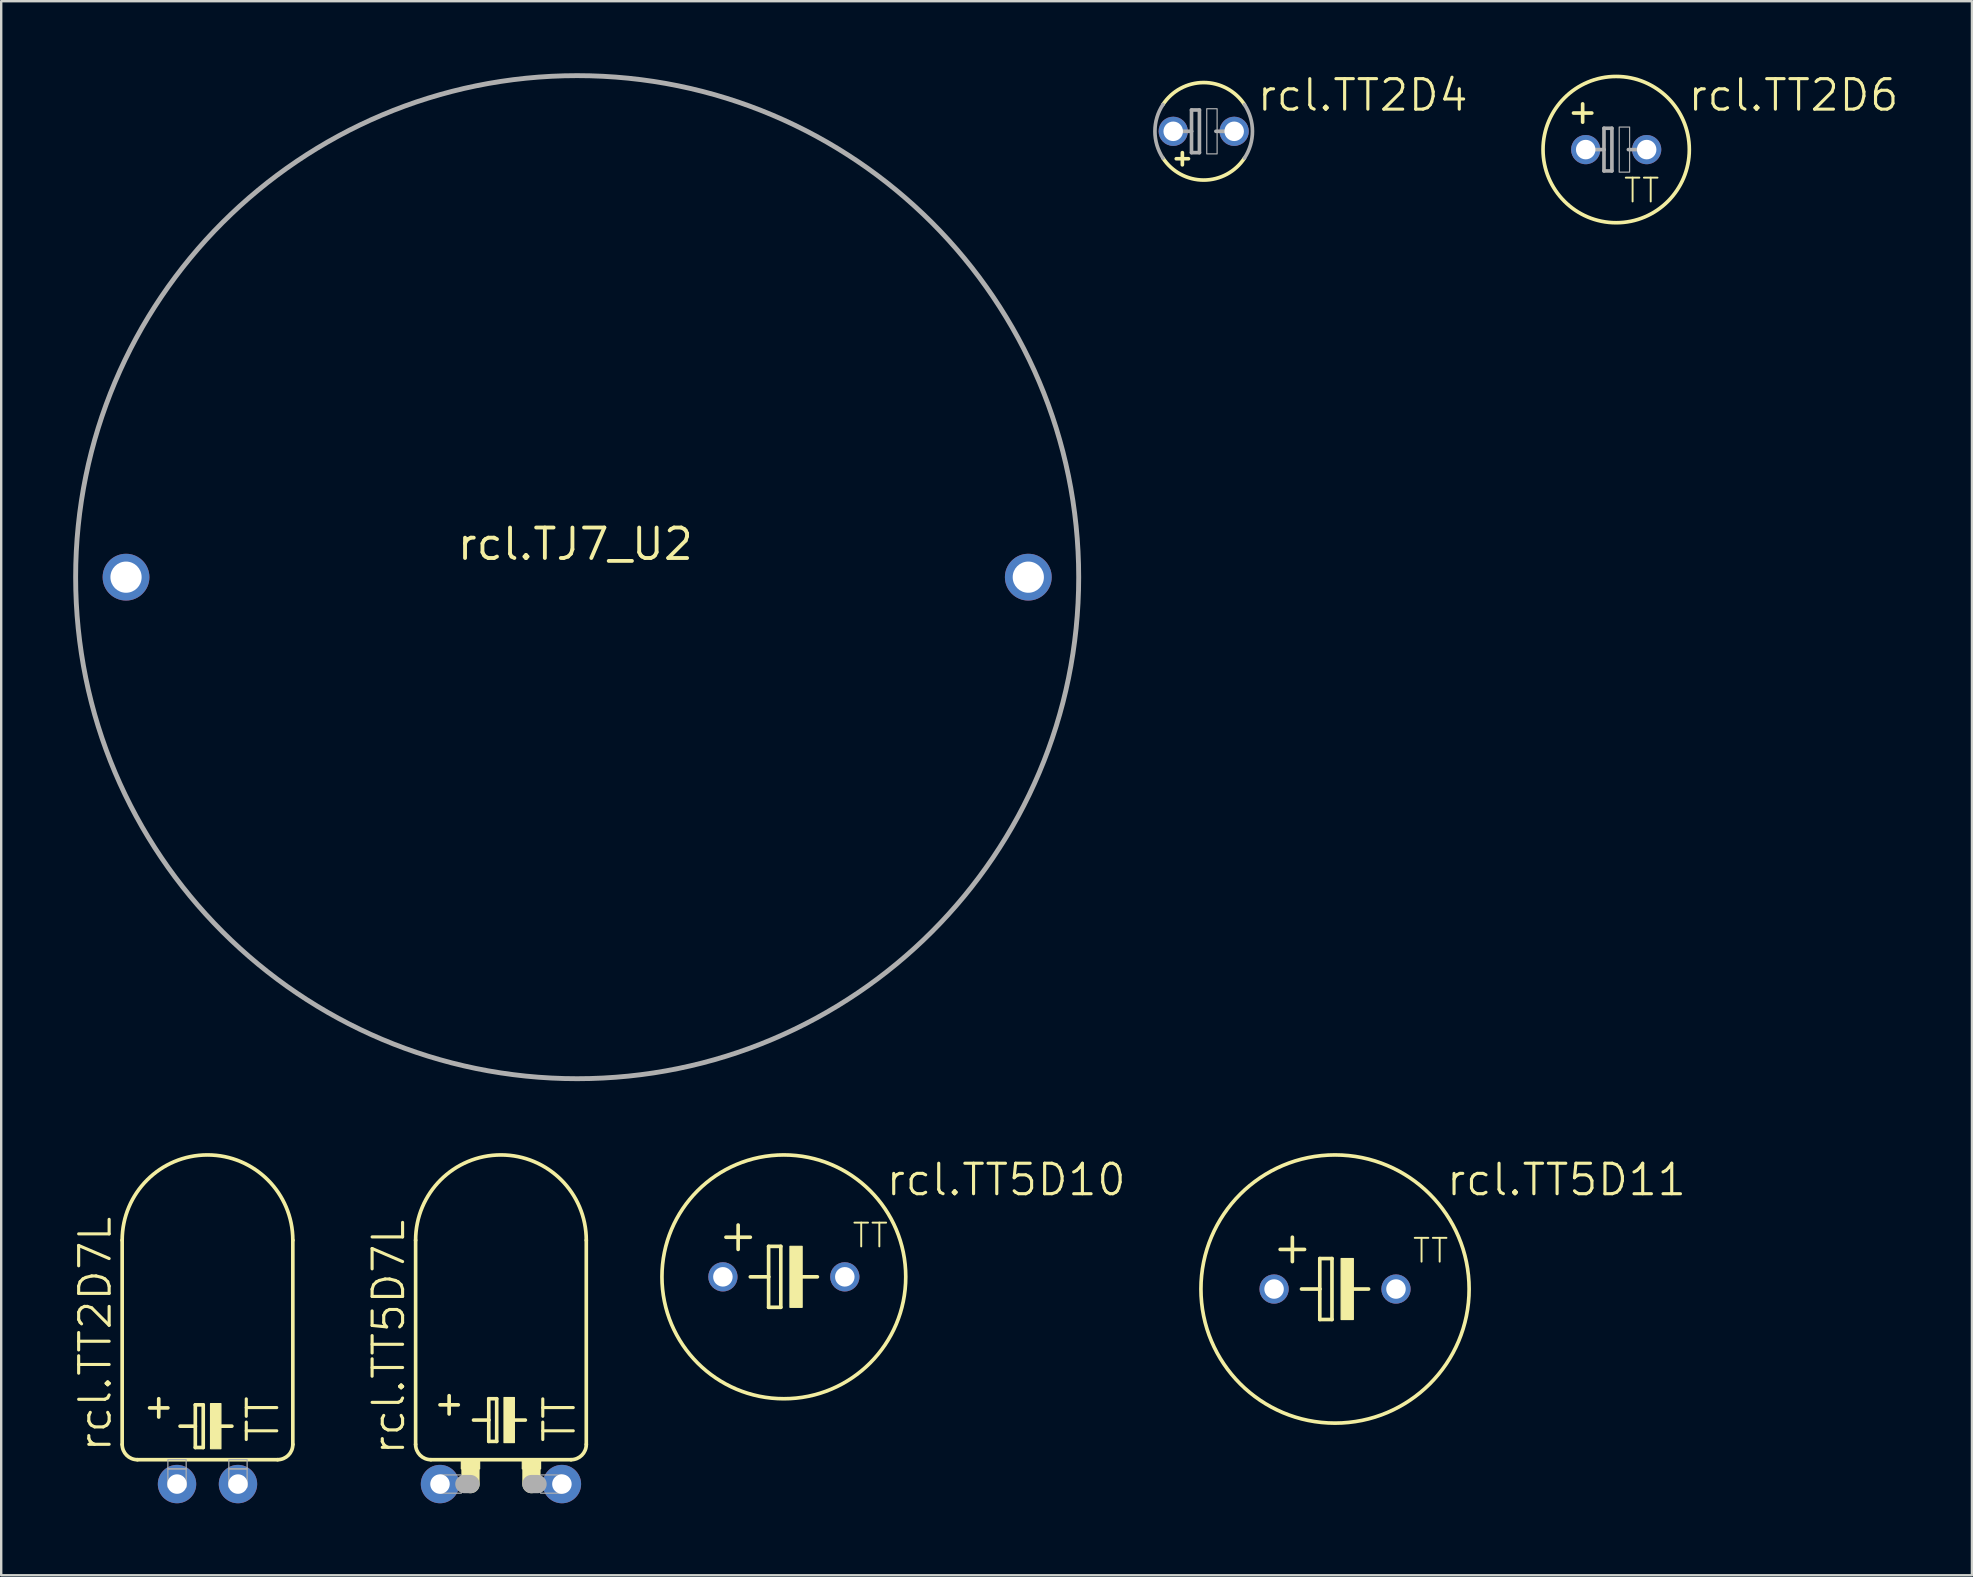
<source format=kicad_pcb>
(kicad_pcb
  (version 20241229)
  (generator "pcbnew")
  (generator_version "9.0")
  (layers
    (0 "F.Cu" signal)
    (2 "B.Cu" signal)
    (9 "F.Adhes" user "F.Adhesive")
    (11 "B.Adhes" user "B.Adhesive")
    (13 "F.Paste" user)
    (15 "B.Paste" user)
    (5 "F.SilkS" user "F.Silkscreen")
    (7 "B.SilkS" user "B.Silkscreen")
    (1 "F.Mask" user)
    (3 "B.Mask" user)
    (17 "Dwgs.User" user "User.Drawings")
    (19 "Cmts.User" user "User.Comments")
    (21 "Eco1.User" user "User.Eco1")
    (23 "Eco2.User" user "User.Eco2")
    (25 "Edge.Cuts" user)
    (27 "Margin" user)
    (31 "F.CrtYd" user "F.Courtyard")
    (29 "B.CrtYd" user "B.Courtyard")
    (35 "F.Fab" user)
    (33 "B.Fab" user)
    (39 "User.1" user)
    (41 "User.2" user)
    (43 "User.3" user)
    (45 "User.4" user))
  (footprint "rcl.TT2D4"
    (layer "F.Cu")
    (at 47.111 2.422)
    (property "Reference" "rcl.TT2D4" (at 2.159 -0.762 0) (layer "F.SilkS") (effects (font (size 1.27 1.27) (thickness 0.13)) (justify left bottom)))
    (attr through_hole)
    (fp_line (start -0.889 1.397) (end -0.889 0.889) (stroke (width 0.152) (type default)) (layer "F.SilkS"))
    (fp_line (start -0.635 1.143) (end -1.143 1.143) (stroke (width 0.152) (type default)) (layer "F.SilkS"))
    (fp_arc (start -1.6985 -1.1153) (mid 0 -2.031944) (end 1.6985 -1.1153) (stroke (width 0.1524) (type default)) (layer "F.SilkS"))
    (fp_arc (start 1.6985 1.1153) (mid 0 2.031944) (end -1.6985 1.1153) (stroke (width 0.1524) (type default)) (layer "F.SilkS"))
    (fp_line (start -1.016 0) (end -0.508 0) (stroke (width 0.152) (type default)) (layer "F.Fab"))
    (fp_line (start -0.508 -0.889) (end -0.508 0) (stroke (width 0.152) (type default)) (layer "F.Fab"))
    (fp_line (start -0.508 0) (end -0.508 0.889) (stroke (width 0.152) (type default)) (layer "F.Fab"))
    (fp_line (start -0.508 0.889) (end -0.178 0.889) (stroke (width 0.152) (type default)) (layer "F.Fab"))
    (fp_line (start -0.178 -0.889) (end -0.508 -0.889) (stroke (width 0.152) (type default)) (layer "F.Fab"))
    (fp_line (start -0.178 0.889) (end -0.178 -0.889) (stroke (width 0.152) (type default)) (layer "F.Fab"))
    (fp_line (start 0.508 0) (end 1.016 0) (stroke (width 0.152) (type default)) (layer "F.Fab"))
    (fp_rect (start 0.127 0.94) (end 0.559 -0.94) (stroke (width 0.05) (type default)) (fill no) (layer "F.Fab"))
    (fp_arc (start -1.6985 1.1153) (mid -2.031944 0) (end -1.6985 -1.1153) (stroke (width 0.1524) (type default)) (layer "F.Fab"))
    (fp_arc (start 1.6985 -1.1153) (mid 2.031944 0) (end 1.6985 1.1153) (stroke (width 0.1524) (type default)) (layer "F.Fab"))
    (pad "+" thru_hole circle (at -1.27 0) (size 1.219 1.219) (drill 0.813) (layers "*.Cu" "*.Mask"))
    (pad "-" thru_hole circle (at 1.27 0) (size 1.219 1.219) (drill 0.813) (layers "*.Cu" "*.Mask")))
  (footprint "rcl.TT5D7L"
    (layer "F.Cu")
    (at 17.826 58.795)
    (property "Reference" "rcl.TT5D7L" (at -3.937 -1.143 90) (layer "F.SilkS") (effects (font (size 1.27 1.27) (thickness 0.13)) (justify left bottom)))
    (attr through_hole)
    (fp_line (start -3.556 -10.16) (end -3.556 -1.651) (stroke (width 0.152) (type default)) (layer "F.SilkS"))
    (fp_line (start -2.921 -1.016) (end 2.921 -1.016) (stroke (width 0.152) (type default)) (layer "F.SilkS"))
    (fp_line (start -2.54 -3.302) (end -1.778 -3.302) (stroke (width 0.152) (type default)) (layer "F.SilkS"))
    (fp_line (start -2.159 -3.683) (end -2.159 -2.921) (stroke (width 0.152) (type default)) (layer "F.SilkS"))
    (fp_line (start -1.27 -0.635) (end -1.27 0) (stroke (width 0.762) (type default)) (layer "F.SilkS"))
    (fp_line (start -1.143 -2.667) (end -0.508 -2.667) (stroke (width 0.152) (type default)) (layer "F.SilkS"))
    (fp_line (start -0.508 -3.556) (end -0.508 -2.667) (stroke (width 0.152) (type default)) (layer "F.SilkS"))
    (fp_line (start -0.508 -2.667) (end -0.508 -1.778) (stroke (width 0.152) (type default)) (layer "F.SilkS"))
    (fp_line (start -0.508 -1.778) (end -0.178 -1.778) (stroke (width 0.152) (type default)) (layer "F.SilkS"))
    (fp_line (start -0.178 -3.556) (end -0.508 -3.556) (stroke (width 0.152) (type default)) (layer "F.SilkS"))
    (fp_line (start -0.178 -1.778) (end -0.178 -3.556) (stroke (width 0.152) (type default)) (layer "F.SilkS"))
    (fp_line (start 0.508 -2.667) (end 1.016 -2.667) (stroke (width 0.152) (type default)) (layer "F.SilkS"))
    (fp_line (start 1.27 -0.635) (end 1.27 0) (stroke (width 0.762) (type default)) (layer "F.SilkS"))
    (fp_line (start 3.556 -10.16) (end 3.556 -1.651) (stroke (width 0.152) (type default)) (layer "F.SilkS"))
    (fp_rect (start -1.651 -0.635) (end -0.889 -1.016) (stroke (width 0.05) (type default)) (fill yes) (layer "F.SilkS"))
    (fp_rect (start 0.127 -1.727) (end 0.559 -3.607) (stroke (width 0.05) (type default)) (fill yes) (layer "F.SilkS"))
    (fp_rect (start 0.889 -0.635) (end 1.651 -1.016) (stroke (width 0.05) (type default)) (fill yes) (layer "F.SilkS"))
    (fp_arc (start -3.556 -10.16) (mid 0 -13.716) (end 3.556 -10.16) (stroke (width 0.1524) (type default)) (layer "F.SilkS"))
    (fp_arc (start -2.921 -1.016) (mid -3.370013 -1.201987) (end -3.556 -1.651) (stroke (width 0.1524) (type default)) (layer "F.SilkS"))
    (fp_arc (start 3.556 -1.651) (mid 3.370013 -1.201987) (end 2.921 -1.016) (stroke (width 0.1524) (type default)) (layer "F.SilkS"))
    (fp_line (start -1.524 0) (end -1.27 0) (stroke (width 0.762) (type default)) (layer "F.Fab"))
    (fp_line (start 1.524 0) (end 1.27 0) (stroke (width 0.762) (type default)) (layer "F.Fab"))
    (fp_rect (start -2.54 0.381) (end -1.651 -0.381) (stroke (width 0.05) (type default)) (fill no) (layer "F.Fab"))
    (fp_rect (start 1.651 0.381) (end 2.54 -0.381) (stroke (width 0.05) (type default)) (fill no) (layer "F.Fab"))
    (fp_text user "TT" (at 3.175 -1.651 90) (layer "F.SilkS") (effects (font (size 1.27 1.27) (thickness 0.13)) (justify left bottom)))
    (pad "+" thru_hole circle (at -2.54 0) (size 1.6 1.6) (drill 0.813) (layers "*.Cu" "*.Mask"))
    (pad "-" thru_hole circle (at 2.54 0) (size 1.6 1.6) (drill 0.813) (layers "*.Cu" "*.Mask")))
  (footprint "rcl.TT5D10"
    (layer "F.Cu")
    (at 29.615 50.159)
    (property "Reference" "rcl.TT5D10" (at 4.191 -3.302 0) (layer "F.SilkS") (effects (font (size 1.27 1.27) (thickness 0.13)) (justify left bottom)))
    (attr through_hole)
    (fp_line (start -2.413 -1.651) (end -1.397 -1.651) (stroke (width 0.152) (type default)) (layer "F.SilkS"))
    (fp_line (start -1.905 -1.143) (end -1.905 -2.159) (stroke (width 0.152) (type default)) (layer "F.SilkS"))
    (fp_line (start -1.397 0) (end -0.635 0) (stroke (width 0.152) (type default)) (layer "F.SilkS"))
    (fp_line (start -0.635 -1.27) (end -0.635 0) (stroke (width 0.152) (type default)) (layer "F.SilkS"))
    (fp_line (start -0.635 0) (end -0.635 1.27) (stroke (width 0.152) (type default)) (layer "F.SilkS"))
    (fp_line (start -0.635 1.27) (end -0.127 1.27) (stroke (width 0.152) (type default)) (layer "F.SilkS"))
    (fp_line (start -0.127 -1.27) (end -0.635 -1.27) (stroke (width 0.152) (type default)) (layer "F.SilkS"))
    (fp_line (start -0.127 1.27) (end -0.127 -1.27) (stroke (width 0.152) (type default)) (layer "F.SilkS"))
    (fp_line (start 0.635 0) (end 1.397 0) (stroke (width 0.152) (type default)) (layer "F.SilkS"))
    (fp_rect (start 0.254 1.27) (end 0.762 -1.27) (stroke (width 0.05) (type default)) (fill yes) (layer "F.SilkS"))
    (fp_circle (center 0 0) (end 5.08 0) (stroke (width 0.152) (type default)) (fill no) (layer "F.SilkS"))
    (fp_text user "TT" (at 2.794 -1.143 0) (layer "F.SilkS") (effects (font (size 0.991 0.991) (thickness 0.08)) (justify left bottom)))
    (pad "+" thru_hole circle (at -2.54 0) (size 1.219 1.219) (drill 0.813) (layers "*.Cu" "*.Mask"))
    (pad "-" thru_hole circle (at 2.54 0) (size 1.219 1.219) (drill 0.813) (layers "*.Cu" "*.Mask")))
  (footprint "rcl.TT2D6"
    (layer "F.Cu")
    (at 64.3 3.184)
    (property "Reference" "rcl.TT2D6" (at 2.921 -1.524 0) (layer "F.SilkS") (effects (font (size 1.27 1.27) (thickness 0.13)) (justify left bottom)))
    (attr through_hole)
    (fp_line (start -1.778 -1.524) (end -1.016 -1.524) (stroke (width 0.152) (type default)) (layer "F.SilkS"))
    (fp_line (start -1.397 -1.143) (end -1.397 -1.905) (stroke (width 0.152) (type default)) (layer "F.SilkS"))
    (fp_circle (center 0 0) (end 3.048 0) (stroke (width 0.152) (type default)) (fill no) (layer "F.SilkS"))
    (fp_line (start -1.016 0) (end -0.508 0) (stroke (width 0.152) (type default)) (layer "F.Fab"))
    (fp_line (start -0.508 -0.889) (end -0.508 0) (stroke (width 0.152) (type default)) (layer "F.Fab"))
    (fp_line (start -0.508 0) (end -0.508 0.889) (stroke (width 0.152) (type default)) (layer "F.Fab"))
    (fp_line (start -0.508 0.889) (end -0.178 0.889) (stroke (width 0.152) (type default)) (layer "F.Fab"))
    (fp_line (start -0.178 -0.889) (end -0.508 -0.889) (stroke (width 0.152) (type default)) (layer "F.Fab"))
    (fp_line (start -0.178 0.889) (end -0.178 -0.889) (stroke (width 0.152) (type default)) (layer "F.Fab"))
    (fp_line (start 0.508 0) (end 1.016 0) (stroke (width 0.152) (type default)) (layer "F.Fab"))
    (fp_rect (start 0.127 0.94) (end 0.559 -0.94) (stroke (width 0.05) (type default)) (fill no) (layer "F.Fab"))
    (fp_text user "TT" (at 0.254 2.286 0) (layer "F.SilkS") (effects (font (size 0.991 0.991) (thickness 0.08)) (justify left bottom)))
    (pad "+" thru_hole circle (at -1.27 0) (size 1.219 1.219) (drill 0.813) (layers "*.Cu" "*.Mask"))
    (pad "-" thru_hole circle (at 1.27 0) (size 1.219 1.219) (drill 0.813) (layers "*.Cu" "*.Mask")))
  (footprint "rcl.TJ7_U2"
    (layer "F.Cu")
    (at 21.002 21.002)
    (property "Reference" "rcl.TJ7_U2" (at -5.08 -0.635 0) (layer "F.SilkS") (effects (font (size 1.27 1.27) (thickness 0.16)) (justify left bottom)))
    (attr through_hole)
    (fp_circle (center 0 0) (end 20.9 0) (stroke (width 0.203) (type default)) (fill no) (layer "F.Fab"))
    (pad "1" thru_hole circle (at -18.8 0) (size 1.95 1.95) (drill 1.3) (layers "*.Cu" "*.Mask"))
    (pad "2" thru_hole circle (at 18.8 0) (size 1.95 1.95) (drill 1.3) (layers "*.Cu" "*.Mask")))
  (footprint "rcl.TT2D7L"
    (layer "F.Cu")
    (at 5.597 58.795)
    (property "Reference" "rcl.TT2D7L" (at -3.937 -1.27 90) (layer "F.SilkS") (effects (font (size 1.27 1.27) (thickness 0.13)) (justify left bottom)))
    (attr through_hole)
    (fp_line (start -3.556 -10.16) (end -3.556 -1.651) (stroke (width 0.152) (type default)) (layer "F.SilkS"))
    (fp_line (start -2.921 -1.016) (end 2.921 -1.016) (stroke (width 0.152) (type default)) (layer "F.SilkS"))
    (fp_line (start -2.413 -3.175) (end -1.651 -3.175) (stroke (width 0.152) (type default)) (layer "F.SilkS"))
    (fp_line (start -2.032 -2.794) (end -2.032 -3.556) (stroke (width 0.152) (type default)) (layer "F.SilkS"))
    (fp_line (start -1.143 -2.413) (end -0.508 -2.413) (stroke (width 0.152) (type default)) (layer "F.SilkS"))
    (fp_line (start -0.508 -3.302) (end -0.508 -2.413) (stroke (width 0.152) (type default)) (layer "F.SilkS"))
    (fp_line (start -0.508 -2.413) (end -0.508 -1.524) (stroke (width 0.152) (type default)) (layer "F.SilkS"))
    (fp_line (start -0.508 -1.524) (end -0.178 -1.524) (stroke (width 0.152) (type default)) (layer "F.SilkS"))
    (fp_line (start -0.178 -3.302) (end -0.508 -3.302) (stroke (width 0.152) (type default)) (layer "F.SilkS"))
    (fp_line (start -0.178 -1.524) (end -0.178 -3.302) (stroke (width 0.152) (type default)) (layer "F.SilkS"))
    (fp_line (start 0.508 -2.413) (end 1.016 -2.413) (stroke (width 0.152) (type default)) (layer "F.SilkS"))
    (fp_line (start 3.556 -10.16) (end 3.556 -1.651) (stroke (width 0.152) (type default)) (layer "F.SilkS"))
    (fp_rect (start 0.127 -1.473) (end 0.559 -3.353) (stroke (width 0.05) (type default)) (fill yes) (layer "F.SilkS"))
    (fp_arc (start -3.556 -10.16) (mid 0 -13.716) (end 3.556 -10.16) (stroke (width 0.1524) (type default)) (layer "F.SilkS"))
    (fp_arc (start -2.921 -1.016) (mid -3.370013 -1.201987) (end -3.556 -1.651) (stroke (width 0.1524) (type default)) (layer "F.SilkS"))
    (fp_arc (start 3.556 -1.651) (mid 3.370013 -1.201987) (end 2.921 -1.016) (stroke (width 0.1524) (type default)) (layer "F.SilkS"))
    (fp_rect (start -1.651 -0.635) (end -0.889 -1.016) (stroke (width 0.05) (type default)) (fill no) (layer "F.Fab"))
    (fp_rect (start -1.651 0.127) (end -0.889 -0.635) (stroke (width 0.05) (type default)) (fill no) (layer "F.Fab"))
    (fp_rect (start 0.889 -0.635) (end 1.651 -1.016) (stroke (width 0.05) (type default)) (fill no) (layer "F.Fab"))
    (fp_rect (start 0.889 0.127) (end 1.651 -0.635) (stroke (width 0.05) (type default)) (fill no) (layer "F.Fab"))
    (fp_text user "TT" (at 3.048 -1.651 90) (layer "F.SilkS") (effects (font (size 1.27 1.27) (thickness 0.13)) (justify left bottom)))
    (pad "+" thru_hole circle (at -1.27 0) (size 1.6 1.6) (drill 0.813) (layers "*.Cu" "*.Mask"))
    (pad "-" thru_hole circle (at 1.27 0) (size 1.6 1.6) (drill 0.813) (layers "*.Cu" "*.Mask")))
  (footprint "rcl.TT5D11"
    (layer "F.Cu")
    (at 52.584 50.667)
    (property "Reference" "rcl.TT5D11" (at 4.572 -3.81 0) (layer "F.SilkS") (effects (font (size 1.27 1.27) (thickness 0.13)) (justify left bottom)))
    (attr through_hole)
    (fp_line (start -1.778 -2.159) (end -1.778 -1.143) (stroke (width 0.152) (type default)) (layer "F.SilkS"))
    (fp_line (start -1.397 0) (end -0.635 0) (stroke (width 0.152) (type default)) (layer "F.SilkS"))
    (fp_line (start -1.27 -1.651) (end -2.286 -1.651) (stroke (width 0.152) (type default)) (layer "F.SilkS"))
    (fp_line (start -0.635 -1.27) (end -0.635 0) (stroke (width 0.152) (type default)) (layer "F.SilkS"))
    (fp_line (start -0.635 0) (end -0.635 1.27) (stroke (width 0.152) (type default)) (layer "F.SilkS"))
    (fp_line (start -0.635 1.27) (end -0.127 1.27) (stroke (width 0.152) (type default)) (layer "F.SilkS"))
    (fp_line (start -0.127 -1.27) (end -0.635 -1.27) (stroke (width 0.152) (type default)) (layer "F.SilkS"))
    (fp_line (start -0.127 1.27) (end -0.127 -1.27) (stroke (width 0.152) (type default)) (layer "F.SilkS"))
    (fp_line (start 0.635 0) (end 1.397 0) (stroke (width 0.152) (type default)) (layer "F.SilkS"))
    (fp_rect (start 0.254 1.27) (end 0.762 -1.27) (stroke (width 0.05) (type default)) (fill yes) (layer "F.SilkS"))
    (fp_circle (center 0 0) (end 5.588 0) (stroke (width 0.152) (type default)) (fill no) (layer "F.SilkS"))
    (fp_text user "TT" (at 3.175 -1.016 0) (layer "F.SilkS") (effects (font (size 0.991 0.991) (thickness 0.08)) (justify left bottom)))
    (pad "+" thru_hole circle (at -2.54 0) (size 1.219 1.219) (drill 0.813) (layers "*.Cu" "*.Mask"))
    (pad "-" thru_hole circle (at 2.54 0) (size 1.219 1.219) (drill 0.813) (layers "*.Cu" "*.Mask")))
  (gr_rect
    (start -3 -3)
    (end 79.126 62.596)
    (stroke (width 0.1) (type default))
    (fill no)
    (layer "Edge.Cuts")))
</source>
